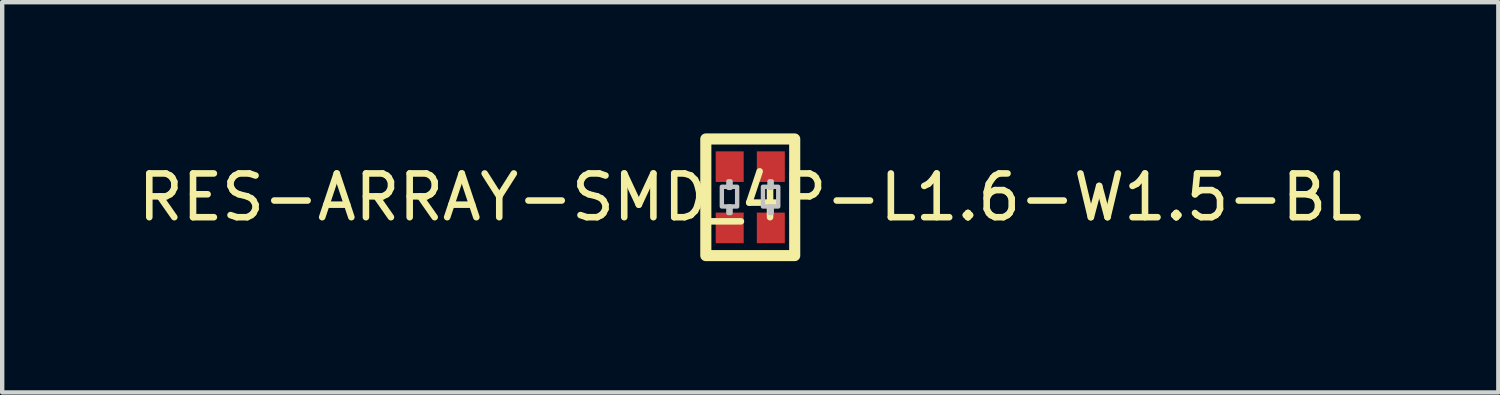
<source format=kicad_pcb>
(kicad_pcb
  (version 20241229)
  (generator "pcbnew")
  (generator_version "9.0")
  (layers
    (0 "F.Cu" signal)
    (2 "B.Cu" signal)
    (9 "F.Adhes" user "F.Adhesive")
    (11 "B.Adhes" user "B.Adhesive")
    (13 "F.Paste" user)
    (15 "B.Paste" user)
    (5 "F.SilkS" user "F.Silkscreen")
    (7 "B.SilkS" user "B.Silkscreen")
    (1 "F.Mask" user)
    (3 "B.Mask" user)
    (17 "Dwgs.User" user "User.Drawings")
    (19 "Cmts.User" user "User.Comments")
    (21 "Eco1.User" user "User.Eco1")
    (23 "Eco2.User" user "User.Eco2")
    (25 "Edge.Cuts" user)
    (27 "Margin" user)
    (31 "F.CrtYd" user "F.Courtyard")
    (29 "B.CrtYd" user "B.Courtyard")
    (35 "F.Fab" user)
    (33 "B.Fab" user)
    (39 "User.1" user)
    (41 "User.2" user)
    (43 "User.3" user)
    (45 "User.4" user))
  (footprint "RES-ARRAY-SMD_4P-L1.6-W1.5-BL"
    (layer "F.Cu")
    (at 14.101 1.46)
    (property "Reference" "RES-ARRAY-SMD_4P-L1.6-W1.5-BL" (at 0 0 0) (layer "F.SilkS") (effects (font (size 1 1) (thickness 0.15))))
    (fp_rect (start -1.016 -1.333) (end 1.016 1.333) (stroke (width 0.254) (type default)) (fill no) (layer "F.SilkS"))
    (fp_poly (pts (xy -0.65 -0.24) (xy -0.65 0.21) (xy -0.3 0.21) (xy -0.3 -0.24)) (stroke (width 0.1) (type default)) (fill no) (layer "Dwgs.User"))
    (fp_poly (pts (xy -0.5 0.21) (xy -0.5 0.36) (xy -0.45 0.36) (xy -0.45 0.21)) (stroke (width 0.1) (type default)) (fill no) (layer "Dwgs.User"))
    (fp_poly (pts (xy -0.45 -0.215) (xy -0.45 -0.365) (xy -0.5 -0.365) (xy -0.5 -0.215)) (stroke (width 0.1) (type default)) (fill no) (layer "Dwgs.User"))
    (fp_poly (pts (xy 0.29 -0.24) (xy 0.29 0.21) (xy 0.64 0.21) (xy 0.64 -0.24)) (stroke (width 0.1) (type default)) (fill no) (layer "Dwgs.User"))
    (fp_poly (pts (xy 0.44 0.21) (xy 0.44 0.36) (xy 0.49 0.36) (xy 0.49 0.21)) (stroke (width 0.1) (type default)) (fill no) (layer "Dwgs.User"))
    (fp_poly (pts (xy 0.49 -0.215) (xy 0.49 -0.365) (xy 0.44 -0.365) (xy 0.44 -0.215)) (stroke (width 0.1) (type default)) (fill no) (layer "Dwgs.User"))
    (fp_poly (pts (xy -0.67 -0.75) (xy -0.27 -0.75) (xy -0.27 -0.35) (xy -0.67 -0.35)) (stroke (width 0.1) (type default)) (fill no) (layer "User.1"))
    (fp_poly (pts (xy -0.67 0.35) (xy -0.27 0.35) (xy -0.27 0.75) (xy -0.67 0.75)) (stroke (width 0.1) (type default)) (fill no) (layer "User.1"))
    (fp_poly (pts (xy 0.27 -0.75) (xy 0.67 -0.75) (xy 0.67 -0.35) (xy 0.27 -0.35)) (stroke (width 0.1) (type default)) (fill no) (layer "User.1"))
    (fp_poly (pts (xy 0.27 0.35) (xy 0.67 0.35) (xy 0.67 0.75) (xy 0.27 0.75)) (stroke (width 0.1) (type default)) (fill no) (layer "User.1"))
    (fp_line (start -0.8 -0.75) (end 0.8 -0.75) (stroke (width 0.051) (type default)) (layer "User.2"))
    (fp_line (start -0.8 0.75) (end -0.8 -0.75) (stroke (width 0.051) (type default)) (layer "User.2"))
    (fp_line (start 0.8 -0.75) (end 0.8 0.75) (stroke (width 0.051) (type default)) (layer "User.2"))
    (fp_line (start 0.8 0.75) (end -0.8 0.75) (stroke (width 0.051) (type default)) (layer "User.2"))
    (fp_poly (pts (xy -0.745 0.727) (xy -0.777 0.695) (xy -0.823 0.695) (xy -0.855 0.727) (xy -0.855 0.773) (xy -0.823 0.805) (xy -0.777 0.805) (xy -0.745 0.773)) (stroke (width 0.1) (type default)) (fill no) (layer "User.3"))
    (pad "1" smd rect (at -0.47 0.7) (size 0.64 0.7) (layers "F.Cu" "F.Mask" "F.Paste"))
    (pad "2" smd rect (at -0.47 -0.7) (size 0.64 0.7) (layers "F.Cu" "F.Mask" "F.Paste"))
    (pad "3" smd rect (at 0.47 0.7) (size 0.64 0.7) (layers "F.Cu" "F.Mask" "F.Paste"))
    (pad "4" smd rect (at 0.47 -0.7) (size 0.64 0.7) (layers "F.Cu" "F.Mask" "F.Paste")))
  (gr_rect
    (start -3 -3)
    (end 31.202 5.921)
    (stroke (width 0.1) (type default))
    (fill no)
    (layer "Edge.Cuts")))
</source>
